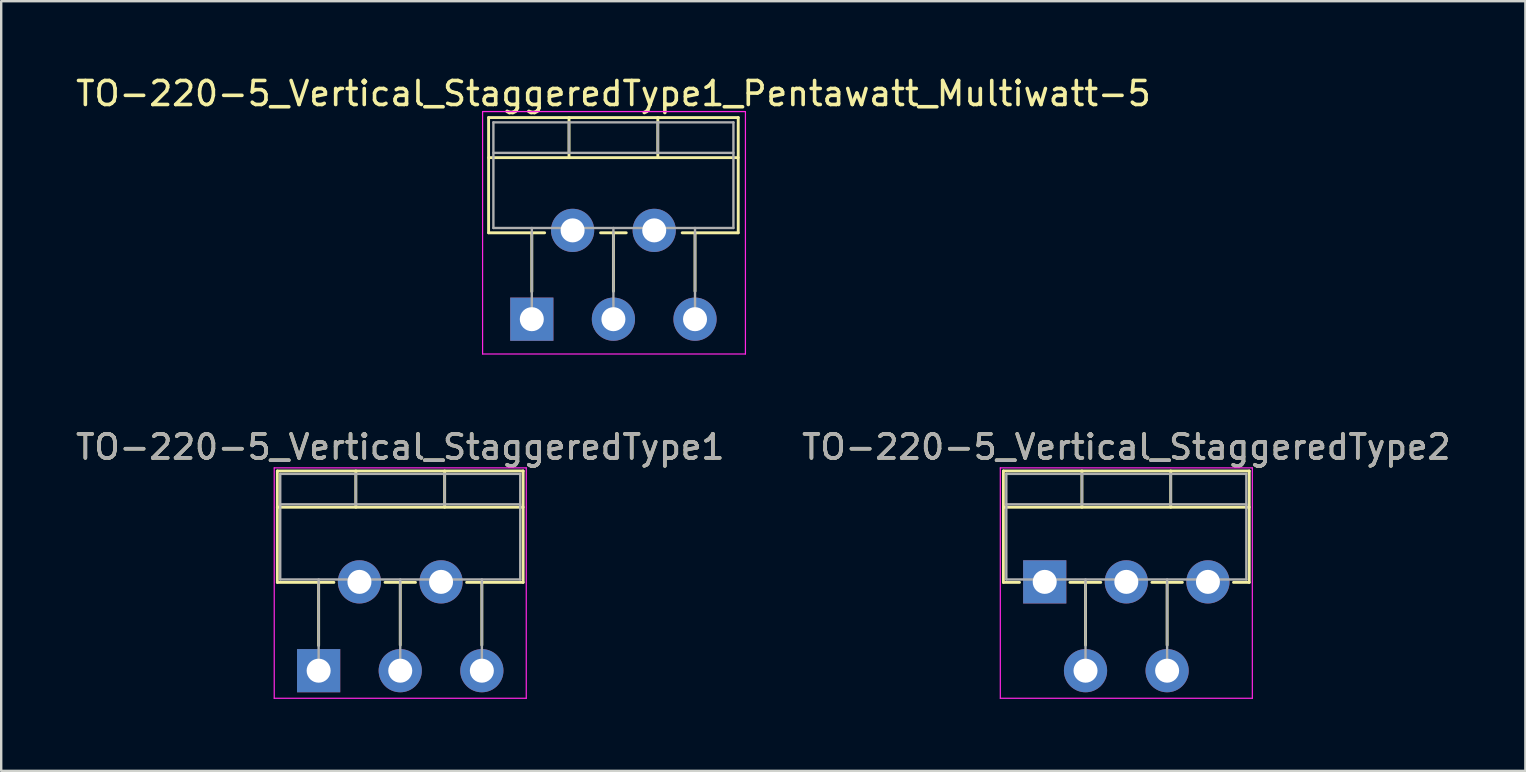
<source format=kicad_pcb>
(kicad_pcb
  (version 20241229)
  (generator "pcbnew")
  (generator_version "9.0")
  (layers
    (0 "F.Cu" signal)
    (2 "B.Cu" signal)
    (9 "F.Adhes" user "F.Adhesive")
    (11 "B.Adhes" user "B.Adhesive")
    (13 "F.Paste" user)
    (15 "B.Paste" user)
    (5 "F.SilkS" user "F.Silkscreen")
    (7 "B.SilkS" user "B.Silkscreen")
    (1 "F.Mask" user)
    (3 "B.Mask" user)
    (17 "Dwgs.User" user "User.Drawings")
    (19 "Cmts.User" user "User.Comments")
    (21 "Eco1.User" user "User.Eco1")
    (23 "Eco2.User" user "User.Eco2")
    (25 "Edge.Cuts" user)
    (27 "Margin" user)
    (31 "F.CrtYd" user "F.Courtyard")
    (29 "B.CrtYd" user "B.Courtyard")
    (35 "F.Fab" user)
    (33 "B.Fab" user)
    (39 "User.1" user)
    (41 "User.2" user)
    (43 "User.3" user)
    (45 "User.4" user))
  (footprint "TO-220-5_Vertical_StaggeredType2"
    (layer "F.Cu")
    (at 40.475 21.192)
    (property "Reference" "TO-220-5_Vertical_StaggeredType2" (at 3.4 -5.62 0) (layer "F.SilkS") (effects (font (size 1 1) (thickness 0.15))))
    (attr through_hole)
    (fp_line (start -1.721 -4.62) (end -1.721 0.021) (stroke (width 0.12) (type solid)) (layer "F.SilkS"))
    (fp_line (start -1.721 -4.62) (end 8.52 -4.62) (stroke (width 0.12) (type solid)) (layer "F.SilkS"))
    (fp_line (start -1.721 -3.111) (end 8.52 -3.111) (stroke (width 0.12) (type solid)) (layer "F.SilkS"))
    (fp_line (start -1.721 0.021) (end -1.05 0.021) (stroke (width 0.12) (type solid)) (layer "F.SilkS"))
    (fp_line (start 1.05 0.021) (end 2.335 0.021) (stroke (width 0.12) (type solid)) (layer "F.SilkS"))
    (fp_line (start 1.55 -4.62) (end 1.55 -3.111) (stroke (width 0.12) (type solid)) (layer "F.SilkS"))
    (fp_line (start 1.7 0.021) (end 1.7 2.635) (stroke (width 0.12) (type solid)) (layer "F.SilkS"))
    (fp_line (start 4.465 0.021) (end 5.735 0.021) (stroke (width 0.12) (type solid)) (layer "F.SilkS"))
    (fp_line (start 5.1 0.021) (end 5.1 2.635) (stroke (width 0.12) (type solid)) (layer "F.SilkS"))
    (fp_line (start 5.25 -4.62) (end 5.25 -3.111) (stroke (width 0.12) (type solid)) (layer "F.SilkS"))
    (fp_line (start 7.865 0.021) (end 8.52 0.021) (stroke (width 0.12) (type solid)) (layer "F.SilkS"))
    (fp_line (start 8.52 -4.62) (end 8.52 0.021) (stroke (width 0.12) (type solid)) (layer "F.SilkS"))
    (fp_line (start -1.85 -4.75) (end -1.85 4.85) (stroke (width 0.05) (type solid)) (layer "F.CrtYd"))
    (fp_line (start -1.85 4.85) (end 8.65 4.85) (stroke (width 0.05) (type solid)) (layer "F.CrtYd"))
    (fp_line (start 8.65 -4.75) (end -1.85 -4.75) (stroke (width 0.05) (type solid)) (layer "F.CrtYd"))
    (fp_line (start 8.65 4.85) (end 8.65 -4.75) (stroke (width 0.05) (type solid)) (layer "F.CrtYd"))
    (fp_line (start -1.6 -4.5) (end -1.6 -0.1) (stroke (width 0.1) (type solid)) (layer "F.Fab"))
    (fp_line (start -1.6 -3.23) (end 8.4 -3.23) (stroke (width 0.1) (type solid)) (layer "F.Fab"))
    (fp_line (start -1.6 -0.1) (end 8.4 -0.1) (stroke (width 0.1) (type solid)) (layer "F.Fab"))
    (fp_line (start 0 -0.1) (end 0 0) (stroke (width 0.1) (type solid)) (layer "F.Fab"))
    (fp_line (start 1.55 -4.5) (end 1.55 -3.23) (stroke (width 0.1) (type solid)) (layer "F.Fab"))
    (fp_line (start 1.7 -0.1) (end 1.7 3.7) (stroke (width 0.1) (type solid)) (layer "F.Fab"))
    (fp_line (start 3.4 -0.1) (end 3.4 0) (stroke (width 0.1) (type solid)) (layer "F.Fab"))
    (fp_line (start 5.1 -0.1) (end 5.1 3.7) (stroke (width 0.1) (type solid)) (layer "F.Fab"))
    (fp_line (start 5.25 -4.5) (end 5.25 -3.23) (stroke (width 0.1) (type solid)) (layer "F.Fab"))
    (fp_line (start 6.8 -0.1) (end 6.8 0) (stroke (width 0.1) (type solid)) (layer "F.Fab"))
    (fp_line (start 8.4 -4.5) (end -1.6 -4.5) (stroke (width 0.1) (type solid)) (layer "F.Fab"))
    (fp_line (start 8.4 -0.1) (end 8.4 -4.5) (stroke (width 0.1) (type solid)) (layer "F.Fab"))
    (fp_text user "${REFERENCE}" (at 3.4 -5.62 0) (layer "F.Fab") (effects (font (size 1 1) (thickness 0.15))))
    (pad "1" thru_hole rect (at 0 0) (size 1.8 1.8) (drill 1) (layers "*.Cu" "*.Mask"))
    (pad "2" thru_hole oval (at 1.7 3.7) (size 1.8 1.8) (drill 1) (layers "*.Cu" "*.Mask"))
    (pad "3" thru_hole oval (at 3.4 0) (size 1.8 1.8) (drill 1) (layers "*.Cu" "*.Mask"))
    (pad "4" thru_hole oval (at 5.1 3.7) (size 1.8 1.8) (drill 1) (layers "*.Cu" "*.Mask"))
    (pad "5" thru_hole oval (at 6.8 0) (size 1.8 1.8) (drill 1) (layers "*.Cu" "*.Mask")))
  (footprint "TO-220-5_Vertical_StaggeredType1_Pentawatt_Multiwatt-5"
    (layer "F.Cu")
    (at 19.106 10.248)
    (property "Reference" "TO-220-5_Vertical_StaggeredType1_Pentawatt_Multiwatt-5" (at 3.4 -9.4 0) (layer "F.SilkS") (effects (font (size 1 1) (thickness 0.15))))
    (attr through_hole)
    (fp_line (start -1.8 -8.4) (end -1.8 -3.599) (stroke (width 0.12) (type solid)) (layer "F.SilkS"))
    (fp_line (start -1.8 -8.4) (end 8.6 -8.4) (stroke (width 0.12) (type solid)) (layer "F.SilkS"))
    (fp_line (start -1.8 -6.73) (end 8.6 -6.73) (stroke (width 0.12) (type solid)) (layer "F.SilkS"))
    (fp_line (start -1.8 -3.599) (end 0.535 -3.599) (stroke (width 0.12) (type solid)) (layer "F.SilkS"))
    (fp_line (start 0 -3.599) (end 0 -1.15) (stroke (width 0.12) (type solid)) (layer "F.SilkS"))
    (fp_line (start 1.55 -8.4) (end 1.55 -6.73) (stroke (width 0.12) (type solid)) (layer "F.SilkS"))
    (fp_line (start 2.865 -3.599) (end 3.935 -3.599) (stroke (width 0.12) (type solid)) (layer "F.SilkS"))
    (fp_line (start 3.4 -3.599) (end 3.4 -1.165) (stroke (width 0.12) (type solid)) (layer "F.SilkS"))
    (fp_line (start 5.25 -8.4) (end 5.25 -6.73) (stroke (width 0.12) (type solid)) (layer "F.SilkS"))
    (fp_line (start 6.265 -3.599) (end 8.6 -3.599) (stroke (width 0.12) (type solid)) (layer "F.SilkS"))
    (fp_line (start 6.8 -3.599) (end 6.8 -1.165) (stroke (width 0.12) (type solid)) (layer "F.SilkS"))
    (fp_line (start 8.6 -8.4) (end 8.6 -3.599) (stroke (width 0.12) (type solid)) (layer "F.SilkS"))
    (fp_line (start -2.05 -8.65) (end -2.05 1.45) (stroke (width 0.05) (type solid)) (layer "F.CrtYd"))
    (fp_line (start -2.05 1.45) (end 8.9 1.45) (stroke (width 0.05) (type solid)) (layer "F.CrtYd"))
    (fp_line (start 8.9 -8.65) (end -2.05 -8.65) (stroke (width 0.05) (type solid)) (layer "F.CrtYd"))
    (fp_line (start 8.9 1.45) (end 8.9 -8.65) (stroke (width 0.05) (type solid)) (layer "F.CrtYd"))
    (fp_line (start -1.6 -8.2) (end -1.6 -3.8) (stroke (width 0.1) (type solid)) (layer "F.Fab"))
    (fp_line (start -1.6 -6.93) (end 8.4 -6.93) (stroke (width 0.1) (type solid)) (layer "F.Fab"))
    (fp_line (start -1.6 -3.8) (end 8.4 -3.8) (stroke (width 0.1) (type solid)) (layer "F.Fab"))
    (fp_line (start 0 -3.8) (end 0 0) (stroke (width 0.1) (type solid)) (layer "F.Fab"))
    (fp_line (start 1.55 -8.2) (end 1.55 -6.93) (stroke (width 0.1) (type solid)) (layer "F.Fab"))
    (fp_line (start 1.7 -3.8) (end 1.7 -3.7) (stroke (width 0.1) (type solid)) (layer "F.Fab"))
    (fp_line (start 3.4 -3.8) (end 3.4 0) (stroke (width 0.1) (type solid)) (layer "F.Fab"))
    (fp_line (start 5.1 -3.8) (end 5.1 -3.7) (stroke (width 0.1) (type solid)) (layer "F.Fab"))
    (fp_line (start 5.25 -8.2) (end 5.25 -6.93) (stroke (width 0.1) (type solid)) (layer "F.Fab"))
    (fp_line (start 6.8 -3.8) (end 6.8 0) (stroke (width 0.1) (type solid)) (layer "F.Fab"))
    (fp_line (start 8.4 -8.2) (end -1.6 -8.2) (stroke (width 0.1) (type solid)) (layer "F.Fab"))
    (fp_line (start 8.4 -3.8) (end 8.4 -8.2) (stroke (width 0.1) (type solid)) (layer "F.Fab"))
    (pad "1" thru_hole rect (at 0 0) (size 1.8 1.8) (drill 1) (layers "*.Cu" "*.Mask"))
    (pad "2" thru_hole oval (at 1.7 -3.7) (size 1.8 1.8) (drill 1) (layers "*.Cu" "*.Mask"))
    (pad "3" thru_hole oval (at 3.4 0) (size 1.8 1.8) (drill 1) (layers "*.Cu" "*.Mask"))
    (pad "4" thru_hole oval (at 5.1 -3.7) (size 1.8 1.8) (drill 1) (layers "*.Cu" "*.Mask"))
    (pad "5" thru_hole oval (at 6.8 0) (size 1.8 1.8) (drill 1) (layers "*.Cu" "*.Mask")))
  (footprint "TO-220-5_Vertical_StaggeredType1"
    (layer "F.Cu")
    (at 10.225 24.892)
    (property "Reference" "TO-220-5_Vertical_StaggeredType1" (at 3.4 -9.32 0) (layer "F.SilkS") (effects (font (size 1 1) (thickness 0.15))))
    (attr through_hole)
    (fp_line (start -1.721 -8.32) (end -1.721 -3.679) (stroke (width 0.12) (type solid)) (layer "F.SilkS"))
    (fp_line (start -1.721 -8.32) (end 8.52 -8.32) (stroke (width 0.12) (type solid)) (layer "F.SilkS"))
    (fp_line (start -1.721 -6.811) (end 8.52 -6.811) (stroke (width 0.12) (type solid)) (layer "F.SilkS"))
    (fp_line (start -1.721 -3.679) (end 0.635 -3.679) (stroke (width 0.12) (type solid)) (layer "F.SilkS"))
    (fp_line (start 0 -3.679) (end 0 -1.049) (stroke (width 0.12) (type solid)) (layer "F.SilkS"))
    (fp_line (start 1.55 -8.32) (end 1.55 -6.811) (stroke (width 0.12) (type solid)) (layer "F.SilkS"))
    (fp_line (start 2.765 -3.679) (end 4.035 -3.679) (stroke (width 0.12) (type solid)) (layer "F.SilkS"))
    (fp_line (start 3.4 -3.679) (end 3.4 -1.065) (stroke (width 0.12) (type solid)) (layer "F.SilkS"))
    (fp_line (start 5.25 -8.32) (end 5.25 -6.811) (stroke (width 0.12) (type solid)) (layer "F.SilkS"))
    (fp_line (start 6.165 -3.679) (end 8.52 -3.679) (stroke (width 0.12) (type solid)) (layer "F.SilkS"))
    (fp_line (start 6.8 -3.679) (end 6.8 -1.065) (stroke (width 0.12) (type solid)) (layer "F.SilkS"))
    (fp_line (start 8.52 -8.32) (end 8.52 -3.679) (stroke (width 0.12) (type solid)) (layer "F.SilkS"))
    (fp_line (start -1.85 -8.45) (end -1.85 1.15) (stroke (width 0.05) (type solid)) (layer "F.CrtYd"))
    (fp_line (start -1.85 1.15) (end 8.65 1.15) (stroke (width 0.05) (type solid)) (layer "F.CrtYd"))
    (fp_line (start 8.65 -8.45) (end -1.85 -8.45) (stroke (width 0.05) (type solid)) (layer "F.CrtYd"))
    (fp_line (start 8.65 1.15) (end 8.65 -8.45) (stroke (width 0.05) (type solid)) (layer "F.CrtYd"))
    (fp_line (start -1.6 -8.2) (end -1.6 -3.8) (stroke (width 0.1) (type solid)) (layer "F.Fab"))
    (fp_line (start -1.6 -6.93) (end 8.4 -6.93) (stroke (width 0.1) (type solid)) (layer "F.Fab"))
    (fp_line (start -1.6 -3.8) (end 8.4 -3.8) (stroke (width 0.1) (type solid)) (layer "F.Fab"))
    (fp_line (start 0 -3.8) (end 0 0) (stroke (width 0.1) (type solid)) (layer "F.Fab"))
    (fp_line (start 1.55 -8.2) (end 1.55 -6.93) (stroke (width 0.1) (type solid)) (layer "F.Fab"))
    (fp_line (start 1.7 -3.8) (end 1.7 -3.7) (stroke (width 0.1) (type solid)) (layer "F.Fab"))
    (fp_line (start 3.4 -3.8) (end 3.4 0) (stroke (width 0.1) (type solid)) (layer "F.Fab"))
    (fp_line (start 5.1 -3.8) (end 5.1 -3.7) (stroke (width 0.1) (type solid)) (layer "F.Fab"))
    (fp_line (start 5.25 -8.2) (end 5.25 -6.93) (stroke (width 0.1) (type solid)) (layer "F.Fab"))
    (fp_line (start 6.8 -3.8) (end 6.8 0) (stroke (width 0.1) (type solid)) (layer "F.Fab"))
    (fp_line (start 8.4 -8.2) (end -1.6 -8.2) (stroke (width 0.1) (type solid)) (layer "F.Fab"))
    (fp_line (start 8.4 -3.8) (end 8.4 -8.2) (stroke (width 0.1) (type solid)) (layer "F.Fab"))
    (fp_text user "${REFERENCE}" (at 3.4 -9.32 0) (layer "F.Fab") (effects (font (size 1 1) (thickness 0.15))))
    (pad "1" thru_hole rect (at 0 0) (size 1.8 1.8) (drill 1) (layers "*.Cu" "*.Mask"))
    (pad "2" thru_hole oval (at 1.7 -3.7) (size 1.8 1.8) (drill 1) (layers "*.Cu" "*.Mask"))
    (pad "3" thru_hole oval (at 3.4 0) (size 1.8 1.8) (drill 1) (layers "*.Cu" "*.Mask"))
    (pad "4" thru_hole oval (at 5.1 -3.7) (size 1.8 1.8) (drill 1) (layers "*.Cu" "*.Mask"))
    (pad "5" thru_hole oval (at 6.8 0) (size 1.8 1.8) (drill 1) (layers "*.Cu" "*.Mask")))
  (gr_rect
    (start -3 -3)
    (end 60.5 29.067)
    (stroke (width 0.1) (type default))
    (fill no)
    (layer "Edge.Cuts")))
</source>
